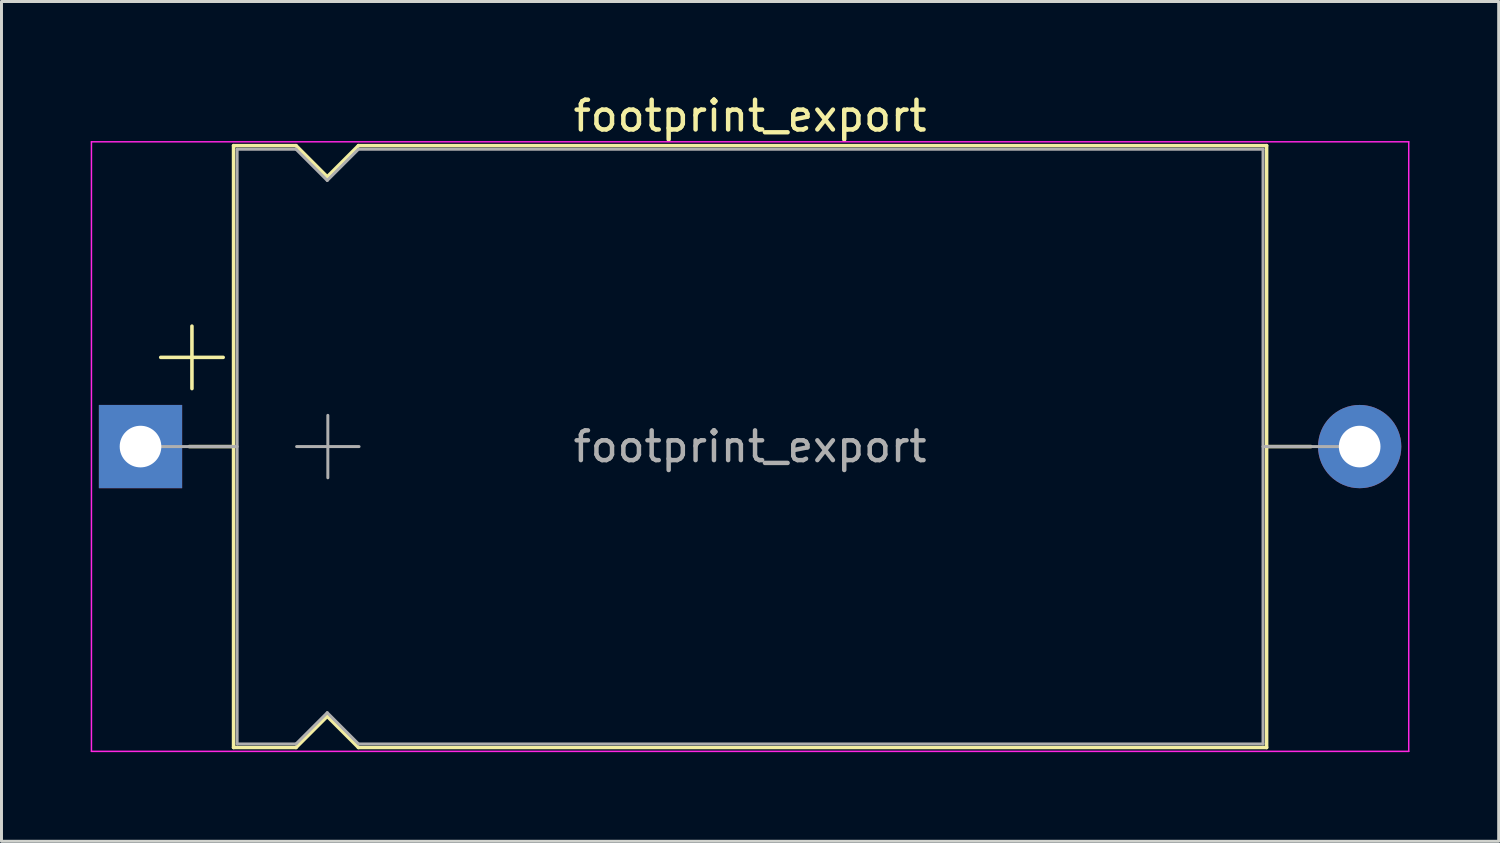
<source format=kicad_pcb>
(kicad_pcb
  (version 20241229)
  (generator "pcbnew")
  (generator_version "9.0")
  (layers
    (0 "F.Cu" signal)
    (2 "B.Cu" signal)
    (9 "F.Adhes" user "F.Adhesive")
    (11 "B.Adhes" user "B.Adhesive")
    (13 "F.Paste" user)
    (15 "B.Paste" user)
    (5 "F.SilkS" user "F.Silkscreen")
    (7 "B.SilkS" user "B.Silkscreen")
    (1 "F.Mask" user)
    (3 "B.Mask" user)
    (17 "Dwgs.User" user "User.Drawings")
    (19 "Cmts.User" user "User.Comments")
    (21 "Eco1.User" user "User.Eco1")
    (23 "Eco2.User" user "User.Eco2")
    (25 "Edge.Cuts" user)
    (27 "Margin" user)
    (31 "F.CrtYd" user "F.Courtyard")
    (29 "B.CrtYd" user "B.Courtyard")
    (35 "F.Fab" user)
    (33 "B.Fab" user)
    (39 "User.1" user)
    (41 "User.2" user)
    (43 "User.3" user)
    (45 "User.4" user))
  (footprint "footprint_export"
    (layer "F.Cu")
    (at 1.675 11.968)
    (property "Reference" "footprint_export" (at 20.5 -11.12 0) (layer "F.SilkS") (effects (font (size 1 1) (thickness 0.15))))
    (attr through_hole)
    (fp_line (start 0.68 -3) (end 2.78 -3) (stroke (width 0.12) (type solid)) (layer "F.SilkS"))
    (fp_line (start 1.64 0) (end 3.13 0) (stroke (width 0.12) (type solid)) (layer "F.SilkS"))
    (fp_line (start 1.73 -4.05) (end 1.73 -1.95) (stroke (width 0.12) (type solid)) (layer "F.SilkS"))
    (fp_line (start 3.13 -10.12) (end 3.13 10.12) (stroke (width 0.12) (type solid)) (layer "F.SilkS"))
    (fp_line (start 3.13 -10.12) (end 5.23 -10.12) (stroke (width 0.12) (type solid)) (layer "F.SilkS"))
    (fp_line (start 3.13 10.12) (end 5.23 10.12) (stroke (width 0.12) (type solid)) (layer "F.SilkS"))
    (fp_line (start 5.23 -10.12) (end 6.28 -9.07) (stroke (width 0.12) (type solid)) (layer "F.SilkS"))
    (fp_line (start 5.23 10.12) (end 6.28 9.07) (stroke (width 0.12) (type solid)) (layer "F.SilkS"))
    (fp_line (start 6.28 -9.07) (end 7.33 -10.12) (stroke (width 0.12) (type solid)) (layer "F.SilkS"))
    (fp_line (start 6.28 9.07) (end 7.33 10.12) (stroke (width 0.12) (type solid)) (layer "F.SilkS"))
    (fp_line (start 7.33 -10.12) (end 37.87 -10.12) (stroke (width 0.12) (type solid)) (layer "F.SilkS"))
    (fp_line (start 7.33 10.12) (end 37.87 10.12) (stroke (width 0.12) (type solid)) (layer "F.SilkS"))
    (fp_line (start 37.87 -10.12) (end 37.87 10.12) (stroke (width 0.12) (type solid)) (layer "F.SilkS"))
    (fp_line (start 39.36 0) (end 37.87 0) (stroke (width 0.12) (type solid)) (layer "F.SilkS"))
    (fp_line (start -1.65 -10.25) (end -1.65 10.25) (stroke (width 0.05) (type solid)) (layer "F.CrtYd"))
    (fp_line (start -1.65 10.25) (end 42.65 10.25) (stroke (width 0.05) (type solid)) (layer "F.CrtYd"))
    (fp_line (start 42.65 -10.25) (end -1.65 -10.25) (stroke (width 0.05) (type solid)) (layer "F.CrtYd"))
    (fp_line (start 42.65 10.25) (end 42.65 -10.25) (stroke (width 0.05) (type solid)) (layer "F.CrtYd"))
    (fp_line (start 0 0) (end 3.25 0) (stroke (width 0.1) (type solid)) (layer "F.Fab"))
    (fp_line (start 3.25 -10) (end 3.25 10) (stroke (width 0.1) (type solid)) (layer "F.Fab"))
    (fp_line (start 3.25 -10) (end 5.23 -10) (stroke (width 0.1) (type solid)) (layer "F.Fab"))
    (fp_line (start 3.25 10) (end 5.23 10) (stroke (width 0.1) (type solid)) (layer "F.Fab"))
    (fp_line (start 5.23 -10) (end 6.28 -8.95) (stroke (width 0.1) (type solid)) (layer "F.Fab"))
    (fp_line (start 5.23 10) (end 6.28 8.95) (stroke (width 0.1) (type solid)) (layer "F.Fab"))
    (fp_line (start 5.25 0) (end 7.35 0) (stroke (width 0.1) (type solid)) (layer "F.Fab"))
    (fp_line (start 6.28 -8.95) (end 7.33 -10) (stroke (width 0.1) (type solid)) (layer "F.Fab"))
    (fp_line (start 6.28 8.95) (end 7.33 10) (stroke (width 0.1) (type solid)) (layer "F.Fab"))
    (fp_line (start 6.3 -1.05) (end 6.3 1.05) (stroke (width 0.1) (type solid)) (layer "F.Fab"))
    (fp_line (start 7.33 -10) (end 37.75 -10) (stroke (width 0.1) (type solid)) (layer "F.Fab"))
    (fp_line (start 7.33 10) (end 37.75 10) (stroke (width 0.1) (type solid)) (layer "F.Fab"))
    (fp_line (start 37.75 -10) (end 37.75 10) (stroke (width 0.1) (type solid)) (layer "F.Fab"))
    (fp_line (start 41 0) (end 37.75 0) (stroke (width 0.1) (type solid)) (layer "F.Fab"))
    (fp_text user "${REFERENCE}" (at 20.5 0 0) (layer "F.Fab") (effects (font (size 1 1) (thickness 0.15))))
    (pad "1" thru_hole rect (at 0 0) (size 2.8 2.8) (drill 1.4) (layers "*.Cu" "*.Mask"))
    (pad "2" thru_hole oval (at 41 0) (size 2.8 2.8) (drill 1.4) (layers "*.Cu" "*.Mask")))
  (gr_rect
    (start -3 -3)
    (end 47.35 25.243)
    (stroke (width 0.1) (type default))
    (fill no)
    (layer "Edge.Cuts")))
</source>
